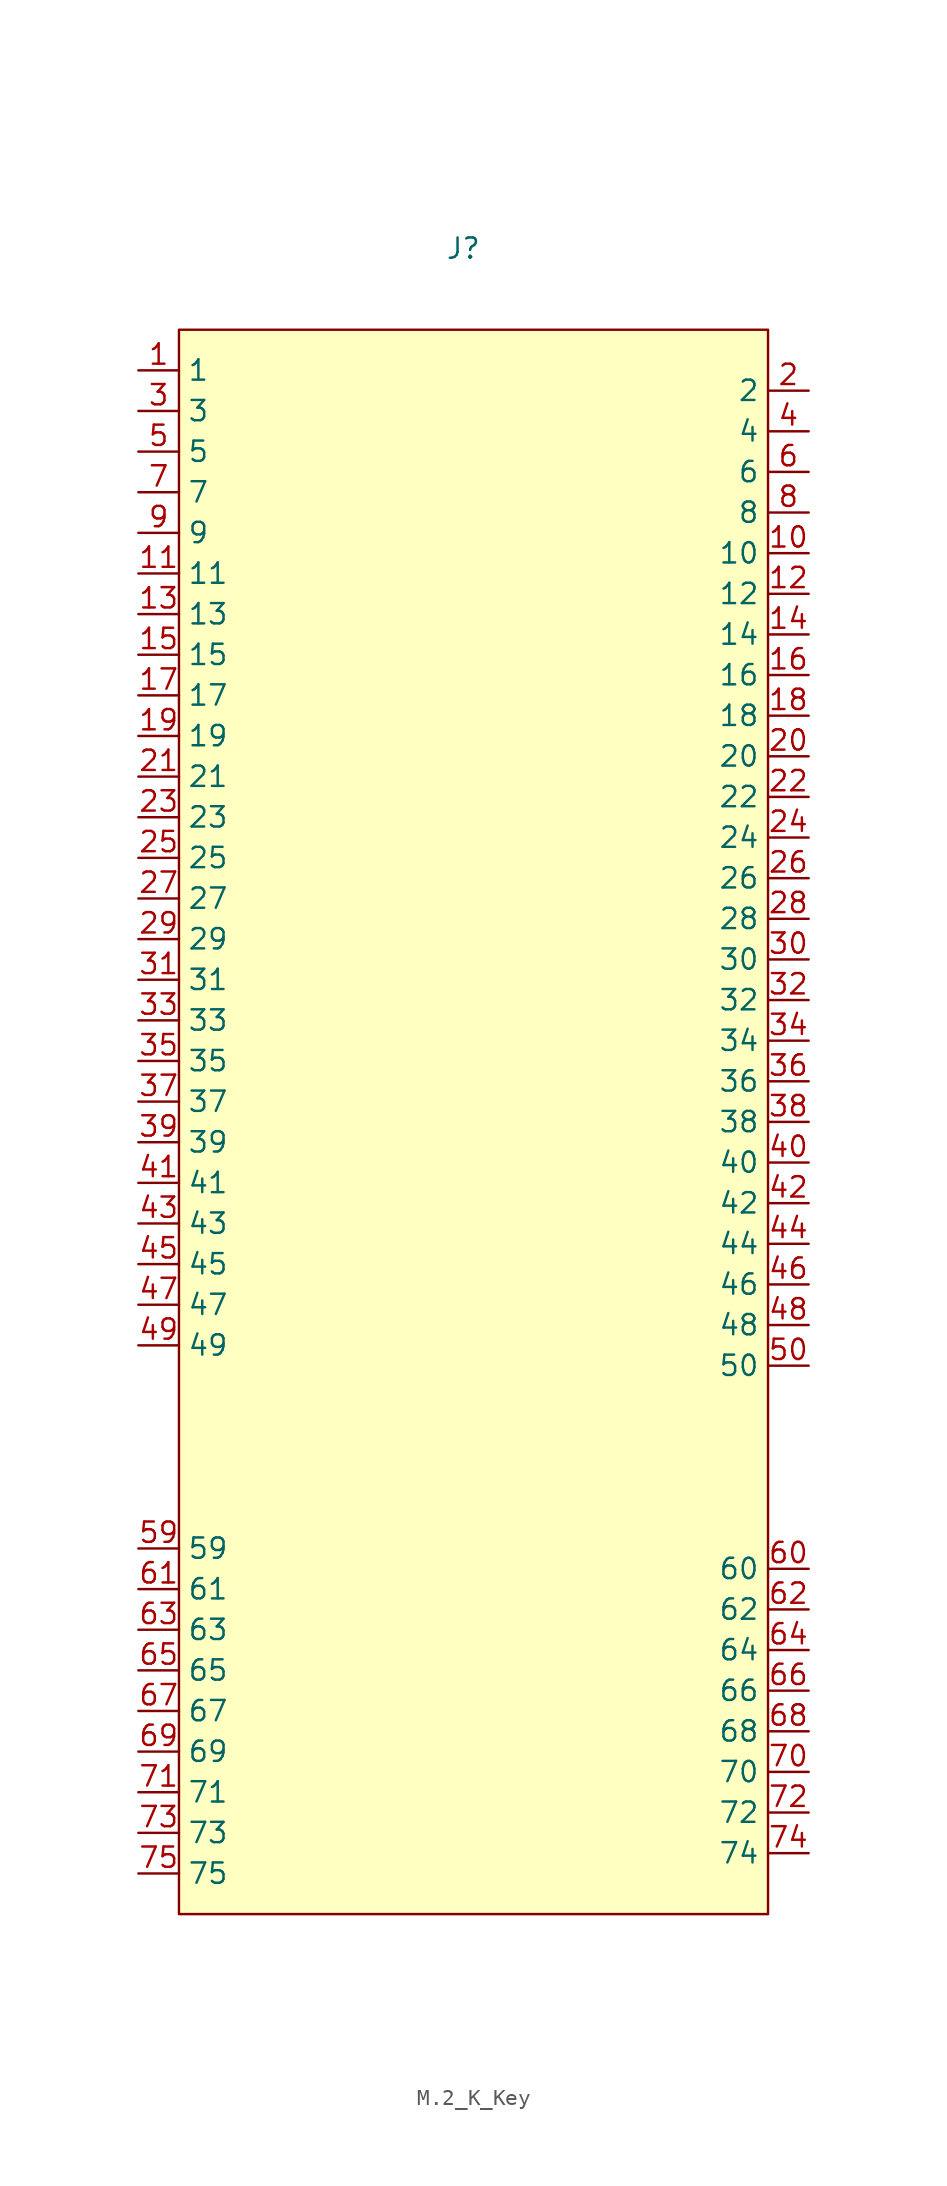
<source format=kicad_sym>
(kicad_symbol_lib
  (version 20241209)
  (generator "kicad_symbol_editor")
  (generator_version "9.0")
  (symbol "M.2_K_Key"
    (property "Reference" "J"
      (at 0 0 0)
      (effects (font (size 1.27 1.27))))
    (property "Value" ""
      (at 0 0 0)
      (effects (font (size 1.27 1.27))))
    (symbol "M.2_K_Key_0_1"
      (rectangle (start -17.78 -5.08) (end 19.05 -104.14) (stroke (width 0) (type default)) (fill (type background))))
    (symbol "M.2_K_Key_1_1"
      (pin unspecified line (at -20.32 -7.62 0) (length 2.54) (name "1" (effects (font (size 1.27 1.27)))) (number "1" (effects (font (size 1.27 1.27)))))
      (pin unspecified line (at -20.32 -10.16 0) (length 2.54) (name "3" (effects (font (size 1.27 1.27)))) (number "3" (effects (font (size 1.27 1.27)))))
      (pin unspecified line (at -20.32 -12.7 0) (length 2.54) (name "5" (effects (font (size 1.27 1.27)))) (number "5" (effects (font (size 1.27 1.27)))))
      (pin unspecified line (at -20.32 -15.24 0) (length 2.54) (name "7" (effects (font (size 1.27 1.27)))) (number "7" (effects (font (size 1.27 1.27)))))
      (pin unspecified line (at -20.32 -17.78 0) (length 2.54) (name "9" (effects (font (size 1.27 1.27)))) (number "9" (effects (font (size 1.27 1.27)))))
      (pin unspecified line (at -20.32 -20.32 0) (length 2.54) (name "11" (effects (font (size 1.27 1.27)))) (number "11" (effects (font (size 1.27 1.27)))))
      (pin unspecified line (at -20.32 -22.86 0) (length 2.54) (name "13" (effects (font (size 1.27 1.27)))) (number "13" (effects (font (size 1.27 1.27)))))
      (pin unspecified line (at -20.32 -25.4 0) (length 2.54) (name "15" (effects (font (size 1.27 1.27)))) (number "15" (effects (font (size 1.27 1.27)))))
      (pin unspecified line (at -20.32 -27.94 0) (length 2.54) (name "17" (effects (font (size 1.27 1.27)))) (number "17" (effects (font (size 1.27 1.27)))))
      (pin unspecified line (at -20.32 -30.48 0) (length 2.54) (name "19" (effects (font (size 1.27 1.27)))) (number "19" (effects (font (size 1.27 1.27)))))
      (pin unspecified line (at -20.32 -33.02 0) (length 2.54) (name "21" (effects (font (size 1.27 1.27)))) (number "21" (effects (font (size 1.27 1.27)))))
      (pin unspecified line (at -20.32 -35.56 0) (length 2.54) (name "23" (effects (font (size 1.27 1.27)))) (number "23" (effects (font (size 1.27 1.27)))))
      (pin unspecified line (at -20.32 -38.1 0) (length 2.54) (name "25" (effects (font (size 1.27 1.27)))) (number "25" (effects (font (size 1.27 1.27)))))
      (pin unspecified line (at -20.32 -40.64 0) (length 2.54) (name "27" (effects (font (size 1.27 1.27)))) (number "27" (effects (font (size 1.27 1.27)))))
      (pin unspecified line (at -20.32 -43.18 0) (length 2.54) (name "29" (effects (font (size 1.27 1.27)))) (number "29" (effects (font (size 1.27 1.27)))))
      (pin unspecified line (at -20.32 -45.72 0) (length 2.54) (name "31" (effects (font (size 1.27 1.27)))) (number "31" (effects (font (size 1.27 1.27)))))
      (pin unspecified line (at -20.32 -48.26 0) (length 2.54) (name "33" (effects (font (size 1.27 1.27)))) (number "33" (effects (font (size 1.27 1.27)))))
      (pin unspecified line (at -20.32 -50.8 0) (length 2.54) (name "35" (effects (font (size 1.27 1.27)))) (number "35" (effects (font (size 1.27 1.27)))))
      (pin unspecified line (at -20.32 -53.34 0) (length 2.54) (name "37" (effects (font (size 1.27 1.27)))) (number "37" (effects (font (size 1.27 1.27)))))
      (pin unspecified line (at -20.32 -55.88 0) (length 2.54) (name "39" (effects (font (size 1.27 1.27)))) (number "39" (effects (font (size 1.27 1.27)))))
      (pin unspecified line (at -20.32 -58.42 0) (length 2.54) (name "41" (effects (font (size 1.27 1.27)))) (number "41" (effects (font (size 1.27 1.27)))))
      (pin unspecified line (at -20.32 -60.96 0) (length 2.54) (name "43" (effects (font (size 1.27 1.27)))) (number "43" (effects (font (size 1.27 1.27)))))
      (pin unspecified line (at -20.32 -63.5 0) (length 2.54) (name "45" (effects (font (size 1.27 1.27)))) (number "45" (effects (font (size 1.27 1.27)))))
      (pin unspecified line (at -20.32 -66.04 0) (length 2.54) (name "47" (effects (font (size 1.27 1.27)))) (number "47" (effects (font (size 1.27 1.27)))))
      (pin unspecified line (at -20.32 -68.58 0) (length 2.54) (name "49" (effects (font (size 1.27 1.27)))) (number "49" (effects (font (size 1.27 1.27)))))
      (pin unspecified line (at -20.32 -81.28 0) (length 2.54) (name "59" (effects (font (size 1.27 1.27)))) (number "59" (effects (font (size 1.27 1.27)))))
      (pin unspecified line (at -20.32 -83.82 0) (length 2.54) (name "61" (effects (font (size 1.27 1.27)))) (number "61" (effects (font (size 1.27 1.27)))))
      (pin unspecified line (at -20.32 -86.36 0) (length 2.54) (name "63" (effects (font (size 1.27 1.27)))) (number "63" (effects (font (size 1.27 1.27)))))
      (pin unspecified line (at -20.32 -88.9 0) (length 2.54) (name "65" (effects (font (size 1.27 1.27)))) (number "65" (effects (font (size 1.27 1.27)))))
      (pin unspecified line (at -20.32 -91.44 0) (length 2.54) (name "67" (effects (font (size 1.27 1.27)))) (number "67" (effects (font (size 1.27 1.27)))))
      (pin unspecified line (at -20.32 -93.98 0) (length 2.54) (name "69" (effects (font (size 1.27 1.27)))) (number "69" (effects (font (size 1.27 1.27)))))
      (pin unspecified line (at -20.32 -96.52 0) (length 2.54) (name "71" (effects (font (size 1.27 1.27)))) (number "71" (effects (font (size 1.27 1.27)))))
      (pin unspecified line (at -20.32 -99.06 0) (length 2.54) (name "73" (effects (font (size 1.27 1.27)))) (number "73" (effects (font (size 1.27 1.27)))))
      (pin unspecified line (at -20.32 -101.6 0) (length 2.54) (name "75" (effects (font (size 1.27 1.27)))) (number "75" (effects (font (size 1.27 1.27)))))
      (pin unspecified line (at 21.59 -8.89 180) (length 2.54) (name "2" (effects (font (size 1.27 1.27)))) (number "2" (effects (font (size 1.27 1.27)))))
      (pin unspecified line (at 21.59 -11.43 180) (length 2.54) (name "4" (effects (font (size 1.27 1.27)))) (number "4" (effects (font (size 1.27 1.27)))))
      (pin unspecified line (at 21.59 -13.97 180) (length 2.54) (name "6" (effects (font (size 1.27 1.27)))) (number "6" (effects (font (size 1.27 1.27)))))
      (pin unspecified line (at 21.59 -16.51 180) (length 2.54) (name "8" (effects (font (size 1.27 1.27)))) (number "8" (effects (font (size 1.27 1.27)))))
      (pin unspecified line (at 21.59 -19.05 180) (length 2.54) (name "10" (effects (font (size 1.27 1.27)))) (number "10" (effects (font (size 1.27 1.27)))))
      (pin unspecified line (at 21.59 -21.59 180) (length 2.54) (name "12" (effects (font (size 1.27 1.27)))) (number "12" (effects (font (size 1.27 1.27)))))
      (pin unspecified line (at 21.59 -24.13 180) (length 2.54) (name "14" (effects (font (size 1.27 1.27)))) (number "14" (effects (font (size 1.27 1.27)))))
      (pin unspecified line (at 21.59 -26.67 180) (length 2.54) (name "16" (effects (font (size 1.27 1.27)))) (number "16" (effects (font (size 1.27 1.27)))))
      (pin unspecified line (at 21.59 -29.21 180) (length 2.54) (name "18" (effects (font (size 1.27 1.27)))) (number "18" (effects (font (size 1.27 1.27)))))
      (pin unspecified line (at 21.59 -31.75 180) (length 2.54) (name "20" (effects (font (size 1.27 1.27)))) (number "20" (effects (font (size 1.27 1.27)))))
      (pin unspecified line (at 21.59 -34.29 180) (length 2.54) (name "22" (effects (font (size 1.27 1.27)))) (number "22" (effects (font (size 1.27 1.27)))))
      (pin unspecified line (at 21.59 -36.83 180) (length 2.54) (name "24" (effects (font (size 1.27 1.27)))) (number "24" (effects (font (size 1.27 1.27)))))
      (pin unspecified line (at 21.59 -39.37 180) (length 2.54) (name "26" (effects (font (size 1.27 1.27)))) (number "26" (effects (font (size 1.27 1.27)))))
      (pin unspecified line (at 21.59 -41.91 180) (length 2.54) (name "28" (effects (font (size 1.27 1.27)))) (number "28" (effects (font (size 1.27 1.27)))))
      (pin unspecified line (at 21.59 -44.45 180) (length 2.54) (name "30" (effects (font (size 1.27 1.27)))) (number "30" (effects (font (size 1.27 1.27)))))
      (pin unspecified line (at 21.59 -46.99 180) (length 2.54) (name "32" (effects (font (size 1.27 1.27)))) (number "32" (effects (font (size 1.27 1.27)))))
      (pin unspecified line (at 21.59 -49.53 180) (length 2.54) (name "34" (effects (font (size 1.27 1.27)))) (number "34" (effects (font (size 1.27 1.27)))))
      (pin unspecified line (at 21.59 -52.07 180) (length 2.54) (name "36" (effects (font (size 1.27 1.27)))) (number "36" (effects (font (size 1.27 1.27)))))
      (pin unspecified line (at 21.59 -54.61 180) (length 2.54) (name "38" (effects (font (size 1.27 1.27)))) (number "38" (effects (font (size 1.27 1.27)))))
      (pin unspecified line (at 21.59 -57.15 180) (length 2.54) (name "40" (effects (font (size 1.27 1.27)))) (number "40" (effects (font (size 1.27 1.27)))))
      (pin unspecified line (at 21.59 -59.69 180) (length 2.54) (name "42" (effects (font (size 1.27 1.27)))) (number "42" (effects (font (size 1.27 1.27)))))
      (pin unspecified line (at 21.59 -62.23 180) (length 2.54) (name "44" (effects (font (size 1.27 1.27)))) (number "44" (effects (font (size 1.27 1.27)))))
      (pin unspecified line (at 21.59 -64.77 180) (length 2.54) (name "46" (effects (font (size 1.27 1.27)))) (number "46" (effects (font (size 1.27 1.27)))))
      (pin unspecified line (at 21.59 -67.31 180) (length 2.54) (name "48" (effects (font (size 1.27 1.27)))) (number "48" (effects (font (size 1.27 1.27)))))
      (pin unspecified line (at 21.59 -69.85 180) (length 2.54) (name "50" (effects (font (size 1.27 1.27)))) (number "50" (effects (font (size 1.27 1.27)))))
      (pin unspecified line (at 21.59 -82.55 180) (length 2.54) (name "60" (effects (font (size 1.27 1.27)))) (number "60" (effects (font (size 1.27 1.27)))))
      (pin unspecified line (at 21.59 -85.09 180) (length 2.54) (name "62" (effects (font (size 1.27 1.27)))) (number "62" (effects (font (size 1.27 1.27)))))
      (pin unspecified line (at 21.59 -87.63 180) (length 2.54) (name "64" (effects (font (size 1.27 1.27)))) (number "64" (effects (font (size 1.27 1.27)))))
      (pin unspecified line (at 21.59 -90.17 180) (length 2.54) (name "66" (effects (font (size 1.27 1.27)))) (number "66" (effects (font (size 1.27 1.27)))))
      (pin unspecified line (at 21.59 -92.71 180) (length 2.54) (name "68" (effects (font (size 1.27 1.27)))) (number "68" (effects (font (size 1.27 1.27)))))
      (pin unspecified line (at 21.59 -95.25 180) (length 2.54) (name "70" (effects (font (size 1.27 1.27)))) (number "70" (effects (font (size 1.27 1.27)))))
      (pin unspecified line (at 21.59 -97.79 180) (length 2.54) (name "72" (effects (font (size 1.27 1.27)))) (number "72" (effects (font (size 1.27 1.27)))))
      (pin unspecified line (at 21.59 -100.33 180) (length 2.54) (name "74" (effects (font (size 1.27 1.27)))) (number "74" (effects (font (size 1.27 1.27))))))))
</source>
